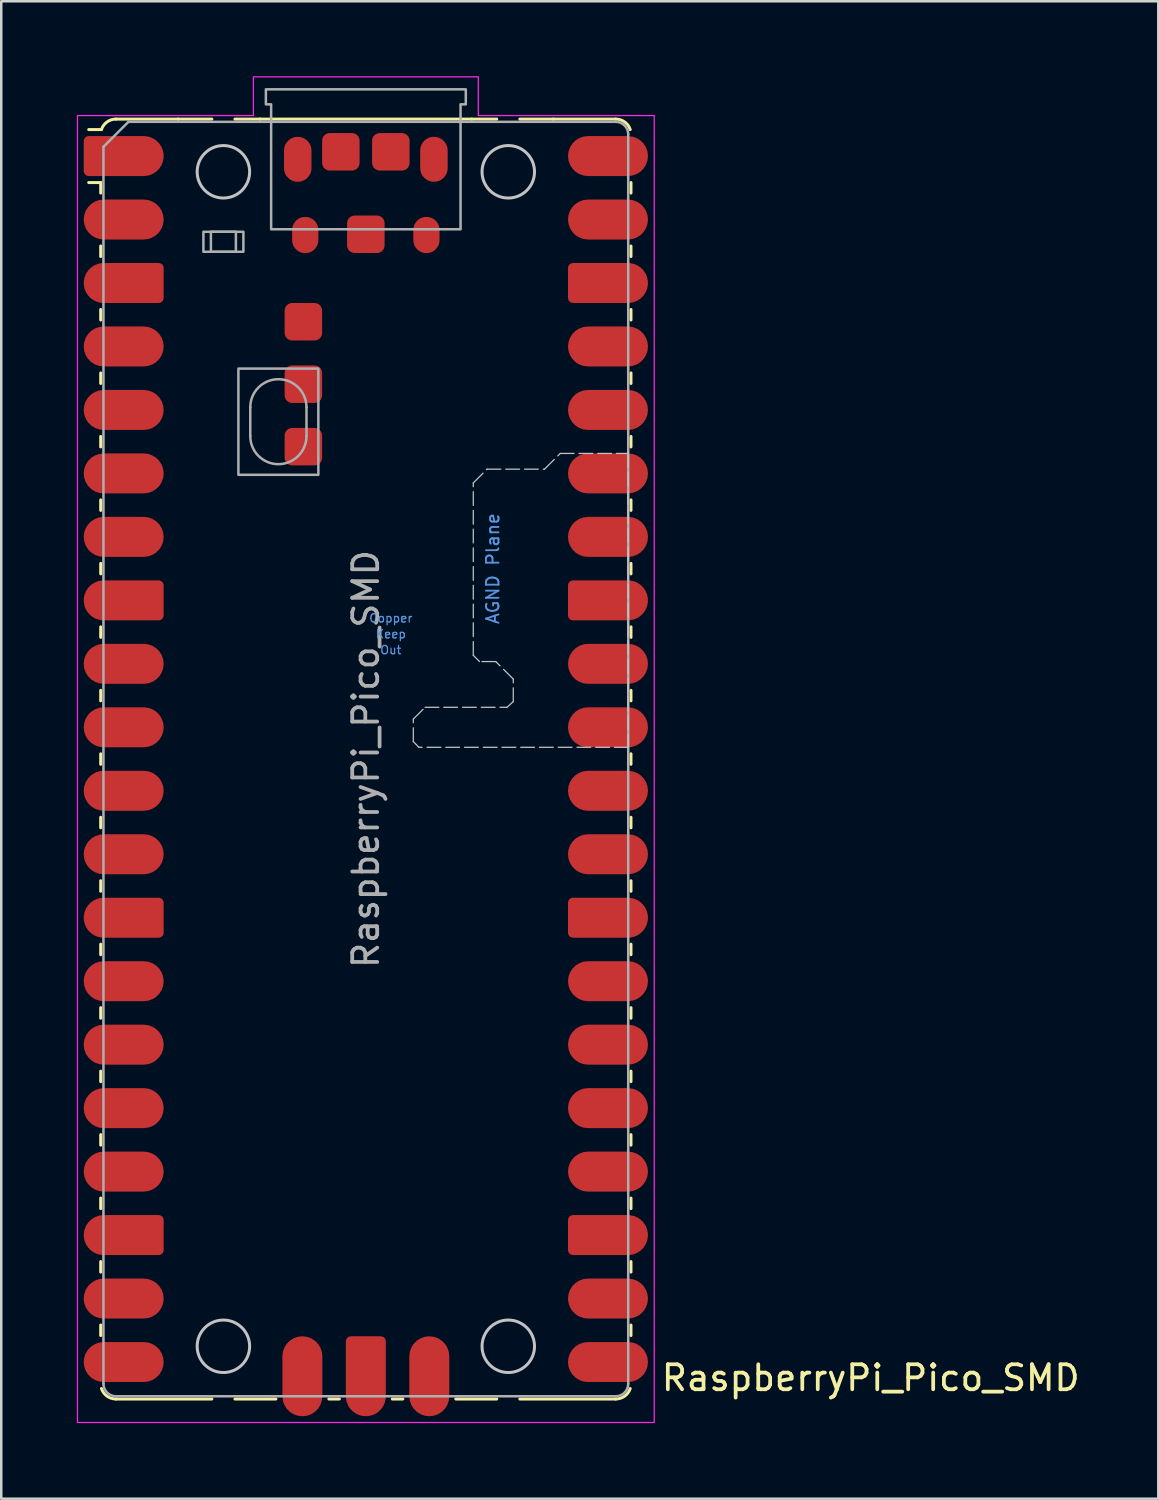
<source format=kicad_pcb>
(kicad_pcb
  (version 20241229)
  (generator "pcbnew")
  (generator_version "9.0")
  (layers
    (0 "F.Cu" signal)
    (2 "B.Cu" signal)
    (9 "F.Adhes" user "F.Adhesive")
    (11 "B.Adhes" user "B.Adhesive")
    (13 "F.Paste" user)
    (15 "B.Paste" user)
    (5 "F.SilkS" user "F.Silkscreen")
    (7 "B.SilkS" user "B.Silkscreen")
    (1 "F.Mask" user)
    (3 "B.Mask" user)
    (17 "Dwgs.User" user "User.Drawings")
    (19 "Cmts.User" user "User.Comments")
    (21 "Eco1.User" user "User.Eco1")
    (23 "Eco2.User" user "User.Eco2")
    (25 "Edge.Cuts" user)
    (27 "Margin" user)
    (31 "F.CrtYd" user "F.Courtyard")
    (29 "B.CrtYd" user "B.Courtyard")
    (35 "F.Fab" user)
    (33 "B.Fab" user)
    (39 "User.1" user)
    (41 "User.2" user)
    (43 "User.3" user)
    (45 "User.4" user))
  (footprint "RaspberryPi_Pico_SMD"
    (layer "F.Cu")
    (at 11.59 27.325)
    (property "Reference" "RaspberryPi_Pico_SMD" (at 11.748 24.765 0) (unlocked yes) (layer "F.SilkS") (effects (font (size 1 1) (thickness 0.15)) (justify left)))
    (attr smd)
    (fp_line (start -10.61 -23.07) (end -11.09 -23.07) (stroke (width 0.12) (type solid)) (layer "F.SilkS"))
    (fp_line (start -10.61 -23.07) (end -10.61 -22.65) (stroke (width 0.12) (type solid)) (layer "F.SilkS"))
    (fp_line (start -10.61 -20.53) (end -10.61 -20.11) (stroke (width 0.12) (type solid)) (layer "F.SilkS"))
    (fp_line (start -10.61 -17.99) (end -10.61 -17.57) (stroke (width 0.12) (type solid)) (layer "F.SilkS"))
    (fp_line (start -10.61 -15.45) (end -10.61 -15.03) (stroke (width 0.12) (type solid)) (layer "F.SilkS"))
    (fp_line (start -10.61 -12.91) (end -10.61 -12.49) (stroke (width 0.12) (type solid)) (layer "F.SilkS"))
    (fp_line (start -10.61 -10.37) (end -10.61 -9.95) (stroke (width 0.12) (type solid)) (layer "F.SilkS"))
    (fp_line (start -10.61 -7.83) (end -10.61 -7.41) (stroke (width 0.12) (type solid)) (layer "F.SilkS"))
    (fp_line (start -10.61 -5.29) (end -10.61 -4.87) (stroke (width 0.12) (type solid)) (layer "F.SilkS"))
    (fp_line (start -10.61 -2.75) (end -10.61 -2.33) (stroke (width 0.12) (type solid)) (layer "F.SilkS"))
    (fp_line (start -10.61 -0.21) (end -10.61 0.21) (stroke (width 0.12) (type solid)) (layer "F.SilkS"))
    (fp_line (start -10.61 2.33) (end -10.61 2.75) (stroke (width 0.12) (type solid)) (layer "F.SilkS"))
    (fp_line (start -10.61 4.87) (end -10.61 5.29) (stroke (width 0.12) (type solid)) (layer "F.SilkS"))
    (fp_line (start -10.61 7.41) (end -10.61 7.83) (stroke (width 0.12) (type solid)) (layer "F.SilkS"))
    (fp_line (start -10.61 9.95) (end -10.61 10.37) (stroke (width 0.12) (type solid)) (layer "F.SilkS"))
    (fp_line (start -10.61 12.49) (end -10.61 12.91) (stroke (width 0.12) (type solid)) (layer "F.SilkS"))
    (fp_line (start -10.61 15.03) (end -10.61 15.45) (stroke (width 0.12) (type solid)) (layer "F.SilkS"))
    (fp_line (start -10.61 17.57) (end -10.61 17.99) (stroke (width 0.12) (type solid)) (layer "F.SilkS"))
    (fp_line (start -10.61 20.11) (end -10.61 20.53) (stroke (width 0.12) (type solid)) (layer "F.SilkS"))
    (fp_line (start -10.61 22.65) (end -10.61 23.07) (stroke (width 0.12) (type solid)) (layer "F.SilkS"))
    (fp_line (start -10.58 -25.19) (end -11.09 -25.19) (stroke (width 0.12) (type solid)) (layer "F.SilkS"))
    (fp_line (start -10 -25.61) (end -7.51 -25.61) (stroke (width 0.12) (type solid)) (layer "F.SilkS"))
    (fp_line (start -10 25.61) (end -6.162 25.61) (stroke (width 0.12) (type solid)) (layer "F.SilkS"))
    (fp_line (start -7.51 -25.61) (end -6.162 -25.61) (stroke (width 0.12) (type solid)) (layer "F.SilkS"))
    (fp_line (start -5.238 -25.61) (end -4.235 -25.61) (stroke (width 0.12) (type solid)) (layer "F.SilkS"))
    (fp_line (start -4.235 -25.61) (end 4.235 -25.61) (stroke (width 0.12) (type solid)) (layer "F.SilkS"))
    (fp_line (start -3.6 25.61) (end -5.238 25.61) (stroke (width 0.12) (type solid)) (layer "F.SilkS"))
    (fp_line (start -1.48 25.61) (end -1.06 25.61) (stroke (width 0.12) (type solid)) (layer "F.SilkS"))
    (fp_line (start 1.06 25.61) (end 1.48 25.61) (stroke (width 0.12) (type solid)) (layer "F.SilkS"))
    (fp_line (start 4.235 -25.61) (end 5.238 -25.61) (stroke (width 0.12) (type solid)) (layer "F.SilkS"))
    (fp_line (start 5.238 25.61) (end 3.6 25.61) (stroke (width 0.12) (type solid)) (layer "F.SilkS"))
    (fp_line (start 6.162 -25.61) (end 7.51 -25.61) (stroke (width 0.12) (type solid)) (layer "F.SilkS"))
    (fp_line (start 6.162 25.61) (end 10 25.61) (stroke (width 0.12) (type solid)) (layer "F.SilkS"))
    (fp_line (start 10 -25.61) (end 7.51 -25.61) (stroke (width 0.12) (type solid)) (layer "F.SilkS"))
    (fp_line (start 10.61 -23.07) (end 10.61 -22.65) (stroke (width 0.12) (type solid)) (layer "F.SilkS"))
    (fp_line (start 10.61 -20.53) (end 10.61 -20.11) (stroke (width 0.12) (type solid)) (layer "F.SilkS"))
    (fp_line (start 10.61 -17.99) (end 10.61 -17.57) (stroke (width 0.12) (type solid)) (layer "F.SilkS"))
    (fp_line (start 10.61 -15.45) (end 10.61 -15.03) (stroke (width 0.12) (type solid)) (layer "F.SilkS"))
    (fp_line (start 10.61 -12.91) (end 10.61 -12.49) (stroke (width 0.12) (type solid)) (layer "F.SilkS"))
    (fp_line (start 10.61 -10.37) (end 10.61 -9.95) (stroke (width 0.12) (type solid)) (layer "F.SilkS"))
    (fp_line (start 10.61 -7.83) (end 10.61 -7.41) (stroke (width 0.12) (type solid)) (layer "F.SilkS"))
    (fp_line (start 10.61 -5.29) (end 10.61 -4.87) (stroke (width 0.12) (type solid)) (layer "F.SilkS"))
    (fp_line (start 10.61 -2.75) (end 10.61 -2.33) (stroke (width 0.12) (type solid)) (layer "F.SilkS"))
    (fp_line (start 10.61 -0.21) (end 10.61 0.21) (stroke (width 0.12) (type solid)) (layer "F.SilkS"))
    (fp_line (start 10.61 2.33) (end 10.61 2.75) (stroke (width 0.12) (type solid)) (layer "F.SilkS"))
    (fp_line (start 10.61 4.87) (end 10.61 5.29) (stroke (width 0.12) (type solid)) (layer "F.SilkS"))
    (fp_line (start 10.61 7.41) (end 10.61 7.83) (stroke (width 0.12) (type solid)) (layer "F.SilkS"))
    (fp_line (start 10.61 9.95) (end 10.61 10.37) (stroke (width 0.12) (type solid)) (layer "F.SilkS"))
    (fp_line (start 10.61 12.49) (end 10.61 12.91) (stroke (width 0.12) (type solid)) (layer "F.SilkS"))
    (fp_line (start 10.61 15.03) (end 10.61 15.45) (stroke (width 0.12) (type solid)) (layer "F.SilkS"))
    (fp_line (start 10.61 17.57) (end 10.61 17.99) (stroke (width 0.12) (type solid)) (layer "F.SilkS"))
    (fp_line (start 10.61 20.11) (end 10.61 20.53) (stroke (width 0.12) (type solid)) (layer "F.SilkS"))
    (fp_line (start 10.61 22.65) (end 10.61 23.07) (stroke (width 0.12) (type solid)) (layer "F.SilkS"))
    (fp_arc (start -10.579676 -25.19) (mid -10.357938 -25.493944) (end -10 -25.61) (stroke (width 0.12) (type solid)) (layer "F.SilkS"))
    (fp_arc (start -10 25.61) (mid -10.357937 25.493944) (end -10.579676 25.189937) (stroke (width 0.12) (type solid)) (layer "F.SilkS"))
    (fp_arc (start 10 -25.61) (mid 10.357937 -25.493944) (end 10.579676 -25.189937) (stroke (width 0.12) (type solid)) (layer "F.SilkS"))
    (fp_arc (start 10.579676 25.189937) (mid 10.357958 25.493991) (end 10 25.61) (stroke (width 0.12) (type solid)) (layer "F.SilkS"))
    (fp_circle (center -5.7 -23.5) (end -4.65 -23.5) (stroke (width 0.12) (type solid)) (fill no) (layer "Dwgs.User"))
    (fp_circle (center -5.7 23.5) (end -4.65 23.5) (stroke (width 0.12) (type solid)) (fill no) (layer "Dwgs.User"))
    (fp_circle (center 5.7 -23.5) (end 6.75 -23.5) (stroke (width 0.12) (type solid)) (fill no) (layer "Dwgs.User"))
    (fp_circle (center 5.7 23.5) (end 6.75 23.5) (stroke (width 0.12) (type solid)) (fill no) (layer "Dwgs.User"))
    (fp_poly (pts (xy 10.5 -0.47) (xy 2.12 -0.47) (xy 1.9 -0.7) (xy 1.9 -1.6) (xy 2.37 -2.07) (xy 5.65 -2.07) (xy 5.9 -2.3) (xy 5.9 -3.2) (xy 5.2 -3.9) (xy 4.55 -3.9) (xy 4.3 -4.15) (xy 4.3 -11.05) (xy 4.85 -11.6) (xy 7.15 -11.6) (xy 7.78 -12.23) (xy 10.5 -12.23)) (stroke (width 0.05) (type dash)) (fill no) (layer "Dwgs.User"))
    (fp_poly (pts (xy -4.5 -27.3) (xy 4.5 -27.3) (xy 4.5 -25.75) (xy 11.54 -25.75) (xy 11.54 26.55) (xy -11.54 26.55) (xy -11.54 -25.75) (xy -4.5 -25.75)) (stroke (width 0.05) (type solid)) (fill no) (layer "F.CrtYd"))
    (fp_line (start -10.5 -24.5) (end -9.5 -25.5) (stroke (width 0.1) (type solid)) (layer "F.Fab"))
    (fp_line (start -10.5 25) (end -10.5 -24.5) (stroke (width 0.1) (type solid)) (layer "F.Fab"))
    (fp_line (start -9.5 -25.5) (end 10 -25.5) (stroke (width 0.1) (type solid)) (layer "F.Fab"))
    (fp_line (start -4.625 -14.075) (end -4.625 -12.925) (stroke (width 0.1) (type solid)) (layer "F.Fab"))
    (fp_line (start -2.375 -14.075) (end -2.375 -12.925) (stroke (width 0.1) (type solid)) (layer "F.Fab"))
    (fp_line (start 10 25.5) (end -10 25.5) (stroke (width 0.1) (type solid)) (layer "F.Fab"))
    (fp_line (start 10.5 -25) (end 10.5 25) (stroke (width 0.1) (type solid)) (layer "F.Fab"))
    (fp_rect (start -6.5 -21.1) (end -4.9 -20.3) (stroke (width 0.1) (type solid)) (fill no) (layer "F.Fab"))
    (fp_rect (start -6.2 -21.1) (end -5.2 -20.3) (stroke (width 0.1) (type solid)) (fill no) (layer "F.Fab"))
    (fp_rect (start -5.1 -15.625) (end -1.9 -11.375) (stroke (width 0.1) (type solid)) (fill no) (layer "F.Fab"))
    (fp_arc (start -10 25.5) (mid -10.353553 25.353553) (end -10.5 25) (stroke (width 0.1) (type solid)) (layer "F.Fab"))
    (fp_arc (start -4.625 -14.075) (mid -3.5 -15.2) (end -2.375 -14.075) (stroke (width 0.1) (type solid)) (layer "F.Fab"))
    (fp_arc (start -2.375 -12.925) (mid -3.5 -11.8) (end -4.625 -12.925) (stroke (width 0.1) (type solid)) (layer "F.Fab"))
    (fp_arc (start 10 -25.5) (mid 10.353553 -25.353553) (end 10.5 -25) (stroke (width 0.1) (type solid)) (layer "F.Fab"))
    (fp_arc (start 10.5 25) (mid 10.353553 25.353553) (end 10 25.5) (stroke (width 0.1) (type solid)) (layer "F.Fab"))
    (fp_poly (pts (xy 3.79 -21.2) (xy 3.79 -26.2) (xy 4 -26.2) (xy 4 -26.8) (xy -4 -26.8) (xy -4 -26.2) (xy -3.79 -26.2) (xy -3.79 -21.2)) (stroke (width 0.1) (type solid)) (fill no) (layer "F.Fab"))
    (fp_text user "Out" (at 1 -4.365 0) (unlocked yes) (layer "Cmts.User") (effects (font (size 0.333 0.333) (thickness 0.05))))
    (fp_text user "Keep" (at 1 -5 0) (unlocked yes) (layer "Cmts.User") (effects (font (size 0.333 0.333) (thickness 0.05))))
    (fp_text user "Copper" (at 1 -5.635 0) (unlocked yes) (layer "Cmts.User") (effects (font (size 0.333 0.333) (thickness 0.05))))
    (fp_text user "AGND Plane" (at 5.08 -7.62 90) (unlocked yes) (layer "Cmts.User") (effects (font (size 0.5 0.5) (thickness 0.075))))
    (fp_text user "${REFERENCE}" (at 0 0 90) (layer "F.Fab") (effects (font (size 1 1) (thickness 0.15))))
    (pad "" smd rect (at -8.89 -24.13) (size 3.8 2.2) (drill (offset -0.8 0)) (layers "F.Paste"))
    (pad "" smd rect (at -8.89 -21.59) (size 3.8 2.2) (drill (offset -0.8 0)) (layers "F.Paste"))
    (pad "" smd rect (at -8.89 -19.05) (size 3.8 2.2) (drill (offset -0.8 0)) (layers "F.Paste"))
    (pad "" smd rect (at -8.89 -16.51) (size 3.8 2.2) (drill (offset -0.8 0)) (layers "F.Paste"))
    (pad "" smd rect (at -8.89 -13.97) (size 3.8 2.2) (drill (offset -0.8 0)) (layers "F.Paste"))
    (pad "" smd rect (at -8.89 -11.43) (size 3.8 2.2) (drill (offset -0.8 0)) (layers "F.Paste"))
    (pad "" smd rect (at -8.89 -8.89) (size 3.8 2.2) (drill (offset -0.8 0)) (layers "F.Paste"))
    (pad "" smd rect (at -8.89 -6.35) (size 3.8 2.2) (drill (offset -0.8 0)) (layers "F.Paste"))
    (pad "" smd rect (at -8.89 -3.81) (size 3.8 2.2) (drill (offset -0.8 0)) (layers "F.Paste"))
    (pad "" smd rect (at -8.89 -1.27) (size 3.8 2.2) (drill (offset -0.8 0)) (layers "F.Paste"))
    (pad "" smd rect (at -8.89 1.27) (size 3.8 2.2) (drill (offset -0.8 0)) (layers "F.Paste"))
    (pad "" smd rect (at -8.89 3.81) (size 3.8 2.2) (drill (offset -0.8 0)) (layers "F.Paste"))
    (pad "" smd rect (at -8.89 6.35) (size 3.8 2.2) (drill (offset -0.8 0)) (layers "F.Paste"))
    (pad "" smd rect (at -8.89 8.89) (size 3.8 2.2) (drill (offset -0.8 0)) (layers "F.Paste"))
    (pad "" smd rect (at -8.89 11.43) (size 3.8 2.2) (drill (offset -0.8 0)) (layers "F.Paste"))
    (pad "" smd rect (at -8.89 13.97) (size 3.8 2.2) (drill (offset -0.8 0)) (layers "F.Paste"))
    (pad "" smd rect (at -8.89 16.51) (size 3.8 2.2) (drill (offset -0.8 0)) (layers "F.Paste"))
    (pad "" smd rect (at -8.89 19.05) (size 3.8 2.2) (drill (offset -0.8 0)) (layers "F.Paste"))
    (pad "" smd rect (at -8.89 21.59) (size 3.8 2.2) (drill (offset -0.8 0)) (layers "F.Paste"))
    (pad "" smd rect (at -8.89 24.13) (size 3.8 2.2) (drill (offset -0.8 0)) (layers "F.Paste"))
    (pad "" smd oval (at -2.725 -24) (size 1.1 1.8) (layers "F.Cu" "F.Mask" "F.Paste"))
    (pad "" smd rect (at -2.54 23.9) (size 2.2 3.8) (drill (offset 0 0.8)) (layers "F.Paste"))
    (pad "" smd oval (at -2.425 -20.97) (size 1.05 1.45) (layers "F.Cu" "F.Mask" "F.Paste"))
    (pad "" smd rect (at 0 23.9) (size 2.2 3.8) (drill (offset 0 0.8)) (layers "F.Paste"))
    (pad "" smd oval (at 2.425 -20.97) (size 1.05 1.45) (layers "F.Cu" "F.Mask" "F.Paste"))
    (pad "" smd rect (at 2.54 23.9) (size 2.2 3.8) (drill (offset 0 0.8)) (layers "F.Paste"))
    (pad "" smd oval (at 2.725 -24) (size 1.1 1.8) (layers "F.Cu" "F.Mask" "F.Paste"))
    (pad "" smd rect (at 8.89 -24.13) (size 3.8 2.2) (drill (offset 0.8 0)) (layers "F.Paste"))
    (pad "" smd rect (at 8.89 -21.59) (size 3.8 2.2) (drill (offset 0.8 0)) (layers "F.Paste"))
    (pad "" smd rect (at 8.89 -19.05) (size 3.8 2.2) (drill (offset 0.8 0)) (layers "F.Paste"))
    (pad "" smd rect (at 8.89 -16.51) (size 3.8 2.2) (drill (offset 0.8 0)) (layers "F.Paste"))
    (pad "" smd rect (at 8.89 -13.97) (size 3.8 2.2) (drill (offset 0.8 0)) (layers "F.Paste"))
    (pad "" smd rect (at 8.89 -11.43) (size 3.8 2.2) (drill (offset 0.8 0)) (layers "F.Paste"))
    (pad "" smd rect (at 8.89 -8.89) (size 3.8 2.2) (drill (offset 0.8 0)) (layers "F.Paste"))
    (pad "" smd rect (at 8.89 -6.35) (size 3.8 2.2) (drill (offset 0.8 0)) (layers "F.Paste"))
    (pad "" smd rect (at 8.89 -3.81) (size 3.8 2.2) (drill (offset 0.8 0)) (layers "F.Paste"))
    (pad "" smd rect (at 8.89 -1.27) (size 3.8 2.2) (drill (offset 0.8 0)) (layers "F.Paste"))
    (pad "" smd rect (at 8.89 1.27) (size 3.8 2.2) (drill (offset 0.8 0)) (layers "F.Paste"))
    (pad "" smd rect (at 8.89 3.81) (size 3.8 2.2) (drill (offset 0.8 0)) (layers "F.Paste"))
    (pad "" smd rect (at 8.89 6.35) (size 3.8 2.2) (drill (offset 0.8 0)) (layers "F.Paste"))
    (pad "" smd rect (at 8.89 8.89) (size 3.8 2.2) (drill (offset 0.8 0)) (layers "F.Paste"))
    (pad "" smd rect (at 8.89 11.43) (size 3.8 2.2) (drill (offset 0.8 0)) (layers "F.Paste"))
    (pad "" smd rect (at 8.89 13.97) (size 3.8 2.2) (drill (offset 0.8 0)) (layers "F.Paste"))
    (pad "" smd rect (at 8.89 16.51) (size 3.8 2.2) (drill (offset 0.8 0)) (layers "F.Paste"))
    (pad "" smd rect (at 8.89 19.05) (size 3.8 2.2) (drill (offset 0.8 0)) (layers "F.Paste"))
    (pad "" smd rect (at 8.89 21.59) (size 3.8 2.2) (drill (offset 0.8 0)) (layers "F.Paste"))
    (pad "" smd rect (at 8.89 24.13) (size 3.8 2.2) (drill (offset 0.8 0)) (layers "F.Paste"))
    (pad "1" smd custom (at -9.69 -24.13) (size 1.6 0.8) (layers "F.Cu" "F.Mask") (options (anchor rect)) (primitives (gr_circle (center 0.8 0) (end 1.6 0) (width 0) (fill yes)) (gr_poly (pts (xy -1.6 -0.6) (xy -1.6 0.6) (xy -1.4 0.8) (xy 0.8 0.8) (xy 0.8 -0.8) (xy -1.4 -0.8)) (width 0) (fill yes)) (gr_circle (center -1.4 -0.6) (end -1.2 -0.6) (width 0) (fill yes)) (gr_circle (center -1.4 0.6) (end -1.2 0.6) (width 0) (fill yes))))
    (pad "2" smd roundrect (at -9.69 -21.59) (size 3.2 1.6) (layers "F.Cu" "F.Mask") (roundrect_rratio 0.5))
    (pad "3" smd custom (at -9.69 -19.05) (size 1.6 0.8) (layers "F.Cu" "F.Mask") (options (anchor rect)) (primitives (gr_circle (center -0.8 0) (end 0 0) (width 0) (fill yes)) (gr_poly (pts (xy 1.6 -0.6) (xy 1.6 0.6) (xy 1.4 0.8) (xy -0.8 0.8) (xy -0.8 -0.8) (xy 1.4 -0.8)) (width 0) (fill yes)) (gr_circle (center 1.4 -0.6) (end 1.6 -0.6) (width 0) (fill yes)) (gr_circle (center 1.4 0.6) (end 1.6 0.6) (width 0) (fill yes))))
    (pad "4" smd roundrect (at -9.69 -16.51) (size 3.2 1.6) (layers "F.Cu" "F.Mask") (roundrect_rratio 0.5))
    (pad "5" smd roundrect (at -9.69 -13.97) (size 3.2 1.6) (layers "F.Cu" "F.Mask") (roundrect_rratio 0.5))
    (pad "6" smd roundrect (at -9.69 -11.43) (size 3.2 1.6) (layers "F.Cu" "F.Mask") (roundrect_rratio 0.5))
    (pad "7" smd roundrect (at -9.69 -8.89) (size 3.2 1.6) (layers "F.Cu" "F.Mask") (roundrect_rratio 0.5))
    (pad "8" smd custom (at -9.69 -6.35) (size 1.6 0.8) (layers "F.Cu" "F.Mask") (options (anchor rect)) (primitives (gr_circle (center -0.8 0) (end 0 0) (width 0) (fill yes)) (gr_poly (pts (xy 1.6 -0.6) (xy 1.6 0.6) (xy 1.4 0.8) (xy -0.8 0.8) (xy -0.8 -0.8) (xy 1.4 -0.8)) (width 0) (fill yes)) (gr_circle (center 1.4 -0.6) (end 1.6 -0.6) (width 0) (fill yes)) (gr_circle (center 1.4 0.6) (end 1.6 0.6) (width 0) (fill yes))))
    (pad "9" smd roundrect (at -9.69 -3.81) (size 3.2 1.6) (layers "F.Cu" "F.Mask") (roundrect_rratio 0.5))
    (pad "10" smd roundrect (at -9.69 -1.27) (size 3.2 1.6) (layers "F.Cu" "F.Mask") (roundrect_rratio 0.5))
    (pad "11" smd roundrect (at -9.69 1.27) (size 3.2 1.6) (layers "F.Cu" "F.Mask") (roundrect_rratio 0.5))
    (pad "12" smd roundrect (at -9.69 3.81) (size 3.2 1.6) (layers "F.Cu" "F.Mask") (roundrect_rratio 0.5))
    (pad "13" smd custom (at -9.69 6.35) (size 1.6 0.8) (layers "F.Cu" "F.Mask") (options (anchor rect)) (primitives (gr_circle (center -0.8 0) (end 0 0) (width 0) (fill yes)) (gr_poly (pts (xy 1.6 -0.6) (xy 1.6 0.6) (xy 1.4 0.8) (xy -0.8 0.8) (xy -0.8 -0.8) (xy 1.4 -0.8)) (width 0) (fill yes)) (gr_circle (center 1.4 -0.6) (end 1.6 -0.6) (width 0) (fill yes)) (gr_circle (center 1.4 0.6) (end 1.6 0.6) (width 0) (fill yes))))
    (pad "14" smd roundrect (at -9.69 8.89) (size 3.2 1.6) (layers "F.Cu" "F.Mask") (roundrect_rratio 0.5))
    (pad "15" smd roundrect (at -9.69 11.43) (size 3.2 1.6) (layers "F.Cu" "F.Mask") (roundrect_rratio 0.5))
    (pad "16" smd roundrect (at -9.69 13.97) (size 3.2 1.6) (layers "F.Cu" "F.Mask") (roundrect_rratio 0.5))
    (pad "17" smd roundrect (at -9.69 16.51) (size 3.2 1.6) (layers "F.Cu" "F.Mask") (roundrect_rratio 0.5))
    (pad "18" smd custom (at -9.69 19.05) (size 1.6 0.8) (layers "F.Cu" "F.Mask") (options (anchor rect)) (primitives (gr_circle (center -0.8 0) (end 0 0) (width 0) (fill yes)) (gr_poly (pts (xy 1.6 -0.6) (xy 1.6 0.6) (xy 1.4 0.8) (xy -0.8 0.8) (xy -0.8 -0.8) (xy 1.4 -0.8)) (width 0) (fill yes)) (gr_circle (center 1.4 -0.6) (end 1.6 -0.6) (width 0) (fill yes)) (gr_circle (center 1.4 0.6) (end 1.6 0.6) (width 0) (fill yes))))
    (pad "19" smd roundrect (at -9.69 21.59) (size 3.2 1.6) (layers "F.Cu" "F.Mask") (roundrect_rratio 0.5))
    (pad "20" smd roundrect (at -9.69 24.13) (size 3.2 1.6) (layers "F.Cu" "F.Mask") (roundrect_rratio 0.5))
    (pad "21" smd roundrect (at 9.69 24.13) (size 3.2 1.6) (layers "F.Cu" "F.Mask") (roundrect_rratio 0.5))
    (pad "22" smd roundrect (at 9.69 21.59) (size 3.2 1.6) (layers "F.Cu" "F.Mask") (roundrect_rratio 0.5))
    (pad "23" smd custom (at 9.69 19.05) (size 1.6 0.8) (layers "F.Cu" "F.Mask") (options (anchor rect)) (primitives (gr_circle (center 0.8 0) (end 1.6 0) (width 0) (fill yes)) (gr_poly (pts (xy -1.6 -0.6) (xy -1.6 0.6) (xy -1.4 0.8) (xy 0.8 0.8) (xy 0.8 -0.8) (xy -1.4 -0.8)) (width 0) (fill yes)) (gr_circle (center -1.4 -0.6) (end -1.2 -0.6) (width 0) (fill yes)) (gr_circle (center -1.4 0.6) (end -1.2 0.6) (width 0) (fill yes))))
    (pad "24" smd roundrect (at 9.69 16.51) (size 3.2 1.6) (layers "F.Cu" "F.Mask") (roundrect_rratio 0.5))
    (pad "25" smd roundrect (at 9.69 13.97) (size 3.2 1.6) (layers "F.Cu" "F.Mask") (roundrect_rratio 0.5))
    (pad "26" smd roundrect (at 9.69 11.43) (size 3.2 1.6) (layers "F.Cu" "F.Mask") (roundrect_rratio 0.5))
    (pad "27" smd roundrect (at 9.69 8.89) (size 3.2 1.6) (layers "F.Cu" "F.Mask") (roundrect_rratio 0.5))
    (pad "28" smd custom (at 9.69 6.35) (size 1.6 0.8) (layers "F.Cu" "F.Mask") (options (anchor rect)) (primitives (gr_circle (center 0.8 0) (end 1.6 0) (width 0) (fill yes)) (gr_poly (pts (xy -1.6 -0.6) (xy -1.6 0.6) (xy -1.4 0.8) (xy 0.8 0.8) (xy 0.8 -0.8) (xy -1.4 -0.8)) (width 0) (fill yes)) (gr_circle (center -1.4 -0.6) (end -1.2 -0.6) (width 0) (fill yes)) (gr_circle (center -1.4 0.6) (end -1.2 0.6) (width 0) (fill yes))))
    (pad "29" smd roundrect (at 9.69 3.81) (size 3.2 1.6) (layers "F.Cu" "F.Mask") (roundrect_rratio 0.5))
    (pad "30" smd roundrect (at 9.69 1.27) (size 3.2 1.6) (layers "F.Cu" "F.Mask") (roundrect_rratio 0.5))
    (pad "31" smd roundrect (at 9.69 -1.27) (size 3.2 1.6) (layers "F.Cu" "F.Mask") (roundrect_rratio 0.5))
    (pad "32" smd roundrect (at 9.69 -3.81) (size 3.2 1.6) (layers "F.Cu" "F.Mask") (roundrect_rratio 0.5))
    (pad "33" smd custom (at 9.69 -6.35) (size 1.6 0.8) (layers "F.Cu" "F.Mask") (options (anchor rect)) (primitives (gr_circle (center 0.8 0) (end 1.6 0) (width 0) (fill yes)) (gr_poly (pts (xy -1.6 -0.6) (xy -1.6 0.6) (xy -1.4 0.8) (xy 0.8 0.8) (xy 0.8 -0.8) (xy -1.4 -0.8)) (width 0) (fill yes)) (gr_circle (center -1.4 -0.6) (end -1.2 -0.6) (width 0) (fill yes)) (gr_circle (center -1.4 0.6) (end -1.2 0.6) (width 0) (fill yes))))
    (pad "34" smd roundrect (at 9.69 -8.89) (size 3.2 1.6) (layers "F.Cu" "F.Mask") (roundrect_rratio 0.5))
    (pad "35" smd roundrect (at 9.69 -11.43) (size 3.2 1.6) (layers "F.Cu" "F.Mask") (roundrect_rratio 0.5))
    (pad "36" smd roundrect (at 9.69 -13.97) (size 3.2 1.6) (layers "F.Cu" "F.Mask") (roundrect_rratio 0.5))
    (pad "37" smd roundrect (at 9.69 -16.51) (size 3.2 1.6) (layers "F.Cu" "F.Mask") (roundrect_rratio 0.5))
    (pad "38" smd custom (at 9.69 -19.05) (size 1.6 0.8) (layers "F.Cu" "F.Mask") (options (anchor rect)) (primitives (gr_circle (center 0.8 0) (end 1.6 0) (width 0) (fill yes)) (gr_poly (pts (xy -1.6 -0.6) (xy -1.6 0.6) (xy -1.4 0.8) (xy 0.8 0.8) (xy 0.8 -0.8) (xy -1.4 -0.8)) (width 0) (fill yes)) (gr_circle (center -1.4 -0.6) (end -1.2 -0.6) (width 0) (fill yes)) (gr_circle (center -1.4 0.6) (end -1.2 0.6) (width 0) (fill yes))))
    (pad "39" smd roundrect (at 9.69 -21.59) (size 3.2 1.6) (layers "F.Cu" "F.Mask") (roundrect_rratio 0.5))
    (pad "40" smd roundrect (at 9.69 -24.13) (size 3.2 1.6) (layers "F.Cu" "F.Mask") (roundrect_rratio 0.5))
    (pad "D1" smd roundrect (at -2.54 23.9 90) (size 3.2 1.6) (drill (offset -0.8 0)) (layers "F.Cu" "F.Mask") (roundrect_rratio 0.5))
    (pad "D2" smd custom (at 0 23.9 270) (size 1.6 1.6) (layers "F.Cu" "F.Mask") (options (anchor circle)) (primitives (gr_poly (pts (xy -0.8 -0.6) (xy -0.8 0.6) (xy -0.6 0.8) (xy 1.6 0.8) (xy 1.6 -0.8) (xy -0.6 -0.8)) (width 0) (fill yes)) (gr_circle (center -0.6 0.6) (end -0.4 0.6) (width 0) (fill yes)) (gr_circle (center -0.6 -0.6) (end -0.4 -0.6) (width 0) (fill yes)) (gr_circle (center 1.6 0) (end 2.4 0) (width 0) (fill yes))))
    (pad "D3" smd roundrect (at 2.54 23.9 90) (size 3.2 1.6) (drill (offset -0.8 0)) (layers "F.Cu" "F.Mask") (roundrect_rratio 0.5))
    (pad "TP1" smd roundrect (at 0 -21) (size 1.5 1.5) (layers "F.Cu" "F.Mask" "F.Paste") (roundrect_rratio 0.2))
    (pad "TP2" smd roundrect (at 1 -24.3) (size 1.5 1.5) (layers "F.Cu" "F.Mask" "F.Paste") (roundrect_rratio 0.2))
    (pad "TP3" smd roundrect (at -1 -24.3) (size 1.5 1.5) (layers "F.Cu" "F.Mask" "F.Paste") (roundrect_rratio 0.2))
    (pad "TP4" smd roundrect (at -2.5 -17.5) (size 1.5 1.5) (layers "F.Cu" "F.Mask" "F.Paste") (roundrect_rratio 0.2))
    (pad "TP5" smd roundrect (at -2.5 -15) (size 1.5 1.5) (layers "F.Cu" "F.Mask" "F.Paste") (roundrect_rratio 0.2))
    (pad "TP6" smd roundrect (at -2.5 -12.5) (size 1.5 1.5) (layers "F.Cu" "F.Mask" "F.Paste") (roundrect_rratio 0.2))
    (zone (net_name "") (layers "F.Cu" "F.Paste") (name "Pad Keep Out TP7") (hatch full 0.5) (connect_pads) (min_thickness 0.25) (filled_areas_thickness no) (keepout (tracks not_allowed) (vias not_allowed) (pads not_allowed) (copperpour not_allowed) (footprints allowed)) (placement (enabled no)) (fill) (polygon (pts (xy 11.642 21.809) (xy 11.676 21.683) (xy 11.742 21.569) (xy 11.834 21.477) (xy 11.948 21.411) (xy 12.074 21.377) (xy 12.14 21.375) (xy 12.59 21.375) (xy 12.59 23.275) (xy 12.14 23.275) (xy 12.074 23.273) (xy 11.948 23.239) (xy 11.834 23.173) (xy 11.742 23.081) (xy 11.676 22.967) (xy 11.642 22.841) (xy 11.64 22.775) (xy 11.64 21.875))))
    (zone (net_name "") (layers "F.Cu" "F.Paste") (name "Pad Keep Out TP7") (hatch full 0.5) (connect_pads) (min_thickness 0.25) (filled_areas_thickness no) (keepout (tracks not_allowed) (vias not_allowed) (pads not_allowed) (copperpour not_allowed) (footprints allowed)) (placement (enabled no)) (fill) (polygon (pts (xy 12.59 23.275) (xy 13.04 23.275) (xy 13.106 23.273) (xy 13.232 23.239) (xy 13.346 23.173) (xy 13.438 23.081) (xy 13.504 22.967) (xy 13.538 22.841) (xy 13.54 22.775) (xy 13.54 21.875) (xy 13.538 21.809) (xy 13.504 21.683) (xy 13.438 21.569) (xy 13.346 21.477) (xy 13.232 21.411) (xy 13.106 21.377) (xy 13.04 21.375) (xy 12.59 21.375)))))
  (gr_rect
    (start -3 -3)
    (end 43.302 56.925)
    (stroke (width 0.1) (type default))
    (fill no)
    (layer "Edge.Cuts")))
</source>
